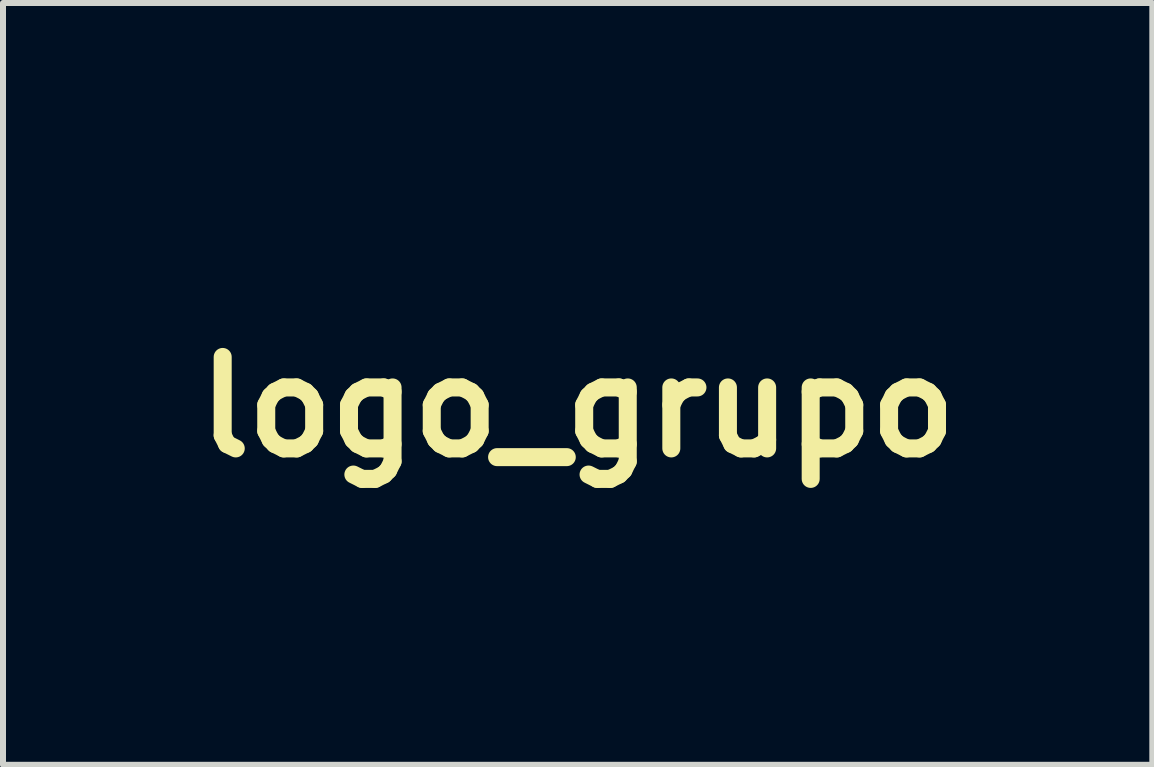
<source format=kicad_pcb>
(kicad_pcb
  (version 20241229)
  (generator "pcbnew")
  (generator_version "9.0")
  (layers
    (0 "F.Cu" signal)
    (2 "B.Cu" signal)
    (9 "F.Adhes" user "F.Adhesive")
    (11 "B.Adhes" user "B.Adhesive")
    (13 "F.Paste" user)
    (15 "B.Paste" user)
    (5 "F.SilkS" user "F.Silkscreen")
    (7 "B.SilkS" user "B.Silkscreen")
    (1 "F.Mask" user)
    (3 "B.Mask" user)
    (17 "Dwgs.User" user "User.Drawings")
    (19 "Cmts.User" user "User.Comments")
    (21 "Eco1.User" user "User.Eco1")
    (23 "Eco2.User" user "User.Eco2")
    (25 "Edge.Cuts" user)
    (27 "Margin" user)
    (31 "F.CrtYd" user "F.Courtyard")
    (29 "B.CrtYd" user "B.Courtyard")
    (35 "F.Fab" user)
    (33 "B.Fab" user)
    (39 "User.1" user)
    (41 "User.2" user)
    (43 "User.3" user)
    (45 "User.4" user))
  (footprint "logo_grupo"
    (layer "F.Cu")
    (at 6.575 3.732)
    (property "Reference" "logo_grupo" (at 0 0 0) (layer "F.SilkS") (effects (font (size 1.524 1.524) (thickness 0.3))))
    (attr through_hole)
    (fp_poly (pts (xy 2.208 -0.257) (xy 2.225 -0.235) (xy 2.23 -0.195) (xy 2.218 -0.142) (xy 2.191 -0.08) (xy 2.151 -0.011) (xy 2.098 0.059) (xy 2.04 0.125) (xy 1.978 0.183) (xy 1.925 0.218) (xy 1.881 0.229) (xy 1.848 0.217) (xy 1.844 0.213) (xy 1.831 0.183) (xy 1.833 0.141) (xy 1.893 0.141) (xy 1.894 0.162) (xy 1.909 0.163) (xy 1.939 0.142) (xy 1.984 0.101) (xy 2 0.085) (xy 2.045 0.033) (xy 2.086 -0.021) (xy 2.121 -0.074) (xy 2.148 -0.122) (xy 2.165 -0.162) (xy 2.17 -0.19) (xy 2.161 -0.203) (xy 2.158 -0.203) (xy 2.138 -0.194) (xy 2.107 -0.168) (xy 2.07 -0.13) (xy 2.03 -0.085) (xy 1.991 -0.037) (xy 1.958 0.009) (xy 1.939 0.04) (xy 1.908 0.1) (xy 1.893 0.141) (xy 1.833 0.141) (xy 1.834 0.138) (xy 1.852 0.082) (xy 1.884 0.018) (xy 1.928 -0.05) (xy 1.982 -0.119) (xy 2.022 -0.162) (xy 2.083 -0.219) (xy 2.135 -0.254) (xy 2.177 -0.267) (xy 2.208 -0.257)) (stroke (width 0.01) (type solid)) (fill no) (layer "Eco2.User"))
    (fp_poly (pts (xy 2.518 -0.996) (xy 2.633 -0.978) (xy 2.705 -0.957) (xy 2.747 -0.937) (xy 2.8 -0.907) (xy 2.857 -0.87) (xy 2.911 -0.833) (xy 2.954 -0.799) (xy 2.969 -0.784) (xy 2.995 -0.756) (xy 2.952 -0.708) (xy 2.926 -0.681) (xy 2.907 -0.664) (xy 2.902 -0.66) (xy 2.889 -0.668) (xy 2.863 -0.687) (xy 2.828 -0.715) (xy 2.825 -0.718) (xy 2.779 -0.752) (xy 2.73 -0.785) (xy 2.695 -0.805) (xy 2.613 -0.835) (xy 2.513 -0.855) (xy 2.401 -0.862) (xy 2.282 -0.858) (xy 2.163 -0.842) (xy 2.149 -0.839) (xy 2.083 -0.823) (xy 2.025 -0.804) (xy 1.969 -0.777) (xy 1.907 -0.741) (xy 1.835 -0.693) (xy 1.789 -0.66) (xy 1.759 -0.64) (xy 1.741 -0.631) (xy 1.73 -0.63) (xy 1.724 -0.636) (xy 1.72 -0.641) (xy 1.705 -0.662) (xy 1.683 -0.692) (xy 1.679 -0.697) (xy 1.65 -0.735) (xy 1.743 -0.801) (xy 1.799 -0.838) (xy 1.861 -0.876) (xy 1.917 -0.907) (xy 1.923 -0.91) (xy 2.022 -0.95) (xy 2.138 -0.979) (xy 2.264 -0.997) (xy 2.393 -1.003) (xy 2.518 -0.996)) (stroke (width 0.01) (type solid)) (fill no) (layer "Eco2.User"))
    (fp_poly (pts (xy 2.543 -1.385) (xy 2.653 -1.372) (xy 2.756 -1.347) (xy 2.856 -1.31) (xy 2.955 -1.258) (xy 3.06 -1.189) (xy 3.174 -1.103) (xy 3.223 -1.062) (xy 3.281 -1.014) (xy 3.321 -0.978) (xy 3.346 -0.953) (xy 3.357 -0.934) (xy 3.356 -0.918) (xy 3.346 -0.902) (xy 3.326 -0.882) (xy 3.324 -0.88) (xy 3.278 -0.834) (xy 3.173 -0.923) (xy 3.056 -1.018) (xy 2.95 -1.095) (xy 2.853 -1.154) (xy 2.761 -1.199) (xy 2.669 -1.23) (xy 2.575 -1.248) (xy 2.474 -1.256) (xy 2.427 -1.257) (xy 2.318 -1.252) (xy 2.203 -1.236) (xy 2.088 -1.211) (xy 1.981 -1.18) (xy 1.888 -1.144) (xy 1.843 -1.121) (xy 1.788 -1.088) (xy 1.72 -1.044) (xy 1.645 -0.993) (xy 1.571 -0.942) (xy 1.505 -0.893) (xy 1.452 -0.853) (xy 1.452 -0.852) (xy 1.373 -0.789) (xy 1.329 -0.843) (xy 1.304 -0.876) (xy 1.295 -0.897) (xy 1.301 -0.909) (xy 1.301 -0.909) (xy 1.317 -0.921) (xy 1.349 -0.945) (xy 1.392 -0.978) (xy 1.442 -1.016) (xy 1.448 -1.021) (xy 1.593 -1.126) (xy 1.728 -1.212) (xy 1.859 -1.278) (xy 1.988 -1.328) (xy 2.119 -1.362) (xy 2.258 -1.382) (xy 2.406 -1.389) (xy 2.419 -1.389) (xy 2.543 -1.385)) (stroke (width 0.01) (type solid)) (fill no) (layer "Eco2.User"))
    (fp_poly (pts (xy -0.385 -1.302) (xy -0.349 -1.277) (xy -0.318 -1.246) (xy -0.318 0.321) (xy 0.029 0.313) (xy 0.163 0.31) (xy 0.301 0.308) (xy 0.44 0.306) (xy 0.578 0.305) (xy 0.711 0.304) (xy 0.838 0.304) (xy 0.956 0.304) (xy 1.064 0.305) (xy 1.157 0.306) (xy 1.234 0.308) (xy 1.293 0.311) (xy 1.33 0.313) (xy 1.344 0.316) (xy 1.369 0.343) (xy 1.379 0.382) (xy 1.374 0.426) (xy 1.371 0.434) (xy 1.348 0.464) (xy 1.31 0.481) (xy 1.289 0.483) (xy 1.246 0.486) (xy 1.181 0.488) (xy 1.098 0.49) (xy 0.998 0.492) (xy 0.884 0.495) (xy 0.758 0.497) (xy 0.623 0.498) (xy 0.479 0.5) (xy 0.409 0.501) (xy -0.445 0.509) (xy -0.476 0.477) (xy -0.508 0.446) (xy -0.508 -0.445) (xy -1.051 -0.441) (xy -1.594 -0.438) (xy -1.6 -0.027) (xy -1.607 0.383) (xy -1.637 0.408) (xy -1.68 0.429) (xy -1.725 0.427) (xy -1.763 0.406) (xy -1.77 0.399) (xy -1.776 0.39) (xy -1.781 0.378) (xy -1.784 0.359) (xy -1.787 0.331) (xy -1.789 0.291) (xy -1.79 0.238) (xy -1.79 0.167) (xy -1.791 0.078) (xy -1.791 -0.034) (xy -1.791 -0.082) (xy -1.79 -0.226) (xy -1.789 -0.345) (xy -1.787 -0.439) (xy -1.784 -0.509) (xy -1.781 -0.554) (xy -1.777 -0.576) (xy -1.754 -0.605) (xy -1.732 -0.621) (xy -1.712 -0.625) (xy -1.671 -0.628) (xy -1.608 -0.63) (xy -1.523 -0.632) (xy -1.414 -0.634) (xy -1.281 -0.635) (xy -1.123 -0.635) (xy -1.105 -0.635) (xy -0.509 -0.635) (xy -0.505 -0.947) (xy -0.504 -1.044) (xy -0.503 -1.119) (xy -0.501 -1.175) (xy -0.499 -1.215) (xy -0.496 -1.242) (xy -0.491 -1.259) (xy -0.485 -1.271) (xy -0.477 -1.279) (xy -0.472 -1.284) (xy -0.429 -1.305) (xy -0.385 -1.302)) (stroke (width 0.01) (type solid)) (fill no) (layer "Eco2.User"))
    (fp_poly (pts (xy 2.546 -0.482) (xy 2.67 -0.439) (xy 2.775 -0.381) (xy 2.881 -0.298) (xy 2.969 -0.198) (xy 3.038 -0.087) (xy 3.089 0.035) (xy 3.12 0.163) (xy 3.132 0.295) (xy 3.122 0.428) (xy 3.091 0.558) (xy 3.039 0.683) (xy 2.996 0.755) (xy 2.907 0.867) (xy 2.805 0.96) (xy 2.691 1.031) (xy 2.568 1.08) (xy 2.547 1.086) (xy 2.479 1.097) (xy 2.398 1.103) (xy 2.313 1.102) (xy 2.233 1.096) (xy 2.174 1.085) (xy 2.043 1.037) (xy 1.926 0.968) (xy 1.823 0.88) (xy 1.737 0.772) (xy 1.667 0.647) (xy 1.63 0.552) (xy 1.615 0.503) (xy 1.605 0.459) (xy 1.599 0.412) (xy 1.597 0.354) (xy 1.596 0.298) (xy 1.597 0.257) (xy 1.73 0.257) (xy 1.733 0.388) (xy 1.76 0.513) (xy 1.81 0.629) (xy 1.882 0.735) (xy 1.922 0.779) (xy 2.021 0.863) (xy 2.128 0.923) (xy 2.241 0.959) (xy 2.361 0.97) (xy 2.485 0.956) (xy 2.554 0.938) (xy 2.653 0.895) (xy 2.745 0.831) (xy 2.828 0.749) (xy 2.897 0.654) (xy 2.949 0.548) (xy 2.961 0.514) (xy 2.979 0.437) (xy 2.989 0.348) (xy 2.991 0.256) (xy 2.983 0.171) (xy 2.973 0.121) (xy 2.927 -0.001) (xy 2.863 -0.108) (xy 2.782 -0.199) (xy 2.688 -0.273) (xy 2.582 -0.326) (xy 2.466 -0.358) (xy 2.4 -0.365) (xy 2.276 -0.36) (xy 2.159 -0.332) (xy 2.052 -0.284) (xy 1.957 -0.216) (xy 1.876 -0.131) (xy 1.81 -0.03) (xy 1.763 0.084) (xy 1.735 0.21) (xy 1.73 0.257) (xy 1.597 0.257) (xy 1.597 0.227) (xy 1.6 0.172) (xy 1.607 0.126) (xy 1.618 0.081) (xy 1.63 0.043) (xy 1.684 -0.086) (xy 1.756 -0.2) (xy 1.843 -0.297) (xy 1.943 -0.377) (xy 2.053 -0.438) (xy 2.171 -0.48) (xy 2.293 -0.502) (xy 2.419 -0.503) (xy 2.546 -0.482)) (stroke (width 0.01) (type solid)) (fill no) (layer "Eco2.User"))
    (fp_poly (pts (xy 0.156 1.44) (xy 0.277 1.442) (xy 0.391 1.445) (xy 0.494 1.447) (xy 0.585 1.449) (xy 0.661 1.451) (xy 0.719 1.453) (xy 0.756 1.455) (xy 0.77 1.457) (xy 0.778 1.461) (xy 0.787 1.47) (xy 0.8 1.486) (xy 0.817 1.51) (xy 0.841 1.546) (xy 0.872 1.596) (xy 0.913 1.66) (xy 0.964 1.743) (xy 1.019 1.832) (xy 1.158 2.058) (xy 1.662 2.057) (xy 1.774 2.057) (xy 1.879 2.056) (xy 1.973 2.055) (xy 2.055 2.054) (xy 2.12 2.053) (xy 2.167 2.051) (xy 2.192 2.049) (xy 2.195 2.049) (xy 2.204 2.046) (xy 2.211 2.04) (xy 2.216 2.027) (xy 2.219 2.005) (xy 2.221 1.97) (xy 2.222 1.919) (xy 2.222 1.848) (xy 2.223 1.785) (xy 2.223 1.697) (xy 2.223 1.631) (xy 2.225 1.583) (xy 2.228 1.55) (xy 2.232 1.526) (xy 2.238 1.51) (xy 2.246 1.497) (xy 2.249 1.494) (xy 2.284 1.467) (xy 2.328 1.46) (xy 2.37 1.473) (xy 2.388 1.487) (xy 2.396 1.495) (xy 2.402 1.506) (xy 2.407 1.522) (xy 2.41 1.546) (xy 2.412 1.581) (xy 2.412 1.631) (xy 2.412 1.698) (xy 2.411 1.785) (xy 2.411 1.848) (xy 2.409 1.949) (xy 2.408 2.028) (xy 2.407 2.087) (xy 2.404 2.131) (xy 2.401 2.161) (xy 2.397 2.182) (xy 2.392 2.196) (xy 2.384 2.206) (xy 2.378 2.213) (xy 2.349 2.242) (xy 1.717 2.244) (xy 1.561 2.245) (xy 1.425 2.244) (xy 1.308 2.244) (xy 1.213 2.242) (xy 1.139 2.24) (xy 1.089 2.238) (xy 1.063 2.235) (xy 1.06 2.234) (xy 1.047 2.22) (xy 1.023 2.188) (xy 0.989 2.139) (xy 0.949 2.078) (xy 0.903 2.007) (xy 0.858 1.936) (xy 0.811 1.859) (xy 0.767 1.79) (xy 0.73 1.731) (xy 0.7 1.685) (xy 0.681 1.655) (xy 0.672 1.644) (xy 0.658 1.643) (xy 0.621 1.641) (xy 0.564 1.64) (xy 0.49 1.638) (xy 0.401 1.636) (xy 0.299 1.633) (xy 0.188 1.631) (xy 0.113 1.63) (xy -0.437 1.621) (xy -0.466 1.592) (xy -0.491 1.552) (xy -0.492 1.507) (xy -0.471 1.465) (xy -0.468 1.461) (xy -0.44 1.431) (xy 0.156 1.44)) (stroke (width 0.01) (type solid)) (fill no) (layer "Eco2.User"))
    (fp_poly (pts (xy -0.045 -3.416) (xy 0.02 -3.339) (xy 0.082 -3.267) (xy 0.136 -3.202) (xy 0.183 -3.148) (xy 0.218 -3.106) (xy 0.24 -3.08) (xy 0.246 -3.073) (xy 0.265 -3.051) (xy 0.296 -3.014) (xy 0.334 -2.969) (xy 0.364 -2.934) (xy 0.472 -2.805) (xy 0.564 -2.695) (xy 0.641 -2.604) (xy 0.703 -2.532) (xy 0.75 -2.477) (xy 0.782 -2.439) (xy 0.792 -2.428) (xy 0.81 -2.393) (xy 0.815 -2.349) (xy 0.807 -2.307) (xy 0.797 -2.289) (xy 0.782 -2.278) (xy 0.749 -2.255) (xy 0.699 -2.224) (xy 0.635 -2.185) (xy 0.561 -2.14) (xy 0.48 -2.091) (xy 0.393 -2.04) (xy 0.305 -1.987) (xy 0.218 -1.937) (xy 0.134 -1.888) (xy 0.114 -1.877) (xy -0.007 -1.808) (xy -0.107 -1.751) (xy -0.189 -1.705) (xy -0.254 -1.668) (xy -0.304 -1.641) (xy -0.341 -1.621) (xy -0.366 -1.608) (xy -0.381 -1.602) (xy -0.387 -1.6) (xy -0.404 -1.607) (xy -0.436 -1.622) (xy -0.47 -1.64) (xy -0.519 -1.668) (xy -0.576 -1.701) (xy -0.622 -1.728) (xy -0.66 -1.749) (xy -0.716 -1.781) (xy -0.786 -1.821) (xy -0.868 -1.867) (xy -0.956 -1.917) (xy -1.047 -1.969) (xy -1.138 -2.02) (xy -1.224 -2.069) (xy -1.301 -2.113) (xy -1.367 -2.15) (xy -1.417 -2.178) (xy -1.437 -2.189) (xy -1.487 -2.22) (xy -1.517 -2.249) (xy -1.532 -2.283) (xy -1.536 -2.322) (xy -1.372 -2.322) (xy -1.367 -2.317) (xy -1.353 -2.306) (xy -1.327 -2.29) (xy -1.288 -2.266) (xy -1.236 -2.235) (xy -1.167 -2.196) (xy -1.082 -2.146) (xy -0.978 -2.087) (xy -0.853 -2.017) (xy -0.782 -1.976) (xy -0.702 -1.931) (xy -0.629 -1.89) (xy -0.566 -1.855) (xy -0.516 -1.828) (xy -0.482 -1.81) (xy -0.468 -1.803) (xy -0.467 -1.803) (xy -0.466 -1.816) (xy -0.464 -1.851) (xy -0.462 -1.908) (xy -0.461 -1.984) (xy -0.46 -2.077) (xy -0.459 -2.185) (xy -0.458 -2.306) (xy -0.457 -2.437) (xy -0.457 -2.577) (xy -0.457 -2.636) (xy -0.457 -2.656) (xy -0.318 -2.656) (xy -0.318 -1.79) (xy -0.264 -1.821) (xy -0.238 -1.835) (xy -0.194 -1.861) (xy -0.135 -1.895) (xy -0.065 -1.935) (xy 0.012 -1.979) (xy 0.076 -2.016) (xy 0.219 -2.098) (xy 0.34 -2.169) (xy 0.441 -2.227) (xy 0.522 -2.275) (xy 0.583 -2.312) (xy 0.626 -2.338) (xy 0.651 -2.355) (xy 0.66 -2.362) (xy 0.652 -2.374) (xy 0.631 -2.401) (xy 0.6 -2.439) (xy 0.562 -2.484) (xy 0.562 -2.484) (xy 0.52 -2.534) (xy 0.466 -2.597) (xy 0.407 -2.667) (xy 0.347 -2.738) (xy 0.309 -2.783) (xy 0.259 -2.843) (xy 0.201 -2.912) (xy 0.138 -2.986) (xy 0.072 -3.064) (xy 0.005 -3.142) (xy -0.06 -3.22) (xy -0.122 -3.293) (xy -0.179 -3.36) (xy -0.228 -3.418) (xy -0.268 -3.465) (xy -0.296 -3.498) (xy -0.311 -3.515) (xy -0.312 -3.517) (xy -0.313 -3.505) (xy -0.314 -3.471) (xy -0.315 -3.414) (xy -0.316 -3.339) (xy -0.316 -3.246) (xy -0.317 -3.139) (xy -0.317 -3.018) (xy -0.317 -2.886) (xy -0.317 -2.744) (xy -0.318 -2.656) (xy -0.457 -2.656) (xy -0.457 -3.468) (xy -0.518 -3.395) (xy -0.542 -3.366) (xy -0.58 -3.319) (xy -0.63 -3.257) (xy -0.69 -3.182) (xy -0.759 -3.096) (xy -0.835 -3.001) (xy -0.916 -2.9) (xy -1.001 -2.795) (xy -1.086 -2.687) (xy -1.172 -2.581) (xy -1.235 -2.502) (xy -1.279 -2.445) (xy -1.318 -2.396) (xy -1.348 -2.356) (xy -1.367 -2.331) (xy -1.372 -2.322) (xy -1.536 -2.322) (xy -1.537 -2.327) (xy -1.537 -2.33) (xy -1.529 -2.342) (xy -1.507 -2.373) (xy -1.471 -2.42) (xy -1.423 -2.482) (xy -1.364 -2.557) (xy -1.296 -2.643) (xy -1.22 -2.74) (xy -1.136 -2.845) (xy -1.047 -2.957) (xy -0.983 -3.037) (xy -0.43 -3.727) (xy -0.309 -3.727) (xy -0.045 -3.416)) (stroke (width 0.01) (type solid)) (fill no) (layer "Eco2.User"))
    (fp_poly (pts (xy -1.634 0.61) (xy -1.606 0.623) (xy -1.558 0.644) (xy -1.494 0.673) (xy -1.418 0.708) (xy -1.334 0.747) (xy -1.244 0.788) (xy -1.226 0.797) (xy -1.133 0.839) (xy -1.043 0.881) (xy -0.96 0.919) (xy -0.887 0.953) (xy -0.828 0.98) (xy -0.788 0.998) (xy -0.784 1) (xy -0.686 1.045) (xy -0.686 1.657) (xy -0.686 1.798) (xy -0.686 1.916) (xy -0.687 2.013) (xy -0.687 2.091) (xy -0.688 2.152) (xy -0.69 2.198) (xy -0.692 2.233) (xy -0.695 2.256) (xy -0.698 2.272) (xy -0.702 2.282) (xy -0.708 2.288) (xy -0.708 2.289) (xy -0.722 2.299) (xy -0.754 2.321) (xy -0.802 2.354) (xy -0.863 2.395) (xy -0.935 2.443) (xy -1.015 2.497) (xy -1.1 2.555) (xy -1.189 2.614) (xy -1.278 2.674) (xy -1.365 2.732) (xy -1.447 2.787) (xy -1.522 2.837) (xy -1.587 2.88) (xy -1.64 2.915) (xy -1.678 2.94) (xy -1.699 2.954) (xy -1.702 2.955) (xy -1.715 2.951) (xy -1.745 2.937) (xy -1.784 2.917) (xy -1.784 2.917) (xy -1.823 2.896) (xy -1.878 2.867) (xy -1.943 2.832) (xy -2.012 2.796) (xy -2.038 2.782) (xy -2.11 2.744) (xy -2.185 2.704) (xy -2.254 2.667) (xy -2.311 2.637) (xy -2.324 2.629) (xy -2.389 2.595) (xy -2.462 2.556) (xy -2.531 2.521) (xy -2.544 2.514) (xy -2.656 2.457) (xy -2.654 2.371) (xy -2.518 2.371) (xy -2.157 2.563) (xy -2.07 2.61) (xy -1.989 2.652) (xy -1.919 2.689) (xy -1.861 2.72) (xy -1.818 2.741) (xy -1.794 2.754) (xy -1.789 2.756) (xy -1.787 2.748) (xy -1.64 2.748) (xy -1.604 2.724) (xy -1.586 2.712) (xy -1.548 2.687) (xy -1.495 2.652) (xy -1.429 2.608) (xy -1.353 2.557) (xy -1.269 2.501) (xy -1.197 2.453) (xy -0.826 2.205) (xy -0.826 1.712) (xy -0.826 1.603) (xy -0.826 1.502) (xy -0.827 1.413) (xy -0.828 1.337) (xy -0.829 1.278) (xy -0.83 1.238) (xy -0.831 1.22) (xy -0.832 1.219) (xy -0.844 1.226) (xy -0.875 1.243) (xy -0.921 1.271) (xy -0.979 1.306) (xy -1.046 1.348) (xy -1.089 1.374) (xy -1.171 1.424) (xy -1.254 1.476) (xy -1.334 1.525) (xy -1.405 1.568) (xy -1.462 1.603) (xy -1.473 1.61) (xy -1.525 1.642) (xy -1.569 1.669) (xy -1.6 1.689) (xy -1.614 1.699) (xy -1.615 1.699) (xy -1.617 1.714) (xy -1.619 1.75) (xy -1.621 1.807) (xy -1.624 1.881) (xy -1.626 1.97) (xy -1.628 2.07) (xy -1.631 2.18) (xy -1.632 2.228) (xy -1.64 2.748) (xy -1.787 2.748) (xy -1.786 2.743) (xy -1.784 2.709) (xy -1.78 2.657) (xy -1.777 2.589) (xy -1.774 2.509) (xy -1.772 2.435) (xy -1.77 2.332) (xy -1.768 2.223) (xy -1.767 2.116) (xy -1.767 2.017) (xy -1.767 1.934) (xy -1.768 1.907) (xy -1.772 1.699) (xy -1.841 1.661) (xy -1.921 1.618) (xy -2.005 1.574) (xy -2.091 1.528) (xy -2.176 1.484) (xy -2.256 1.442) (xy -2.33 1.404) (xy -2.394 1.371) (xy -2.444 1.346) (xy -2.479 1.329) (xy -2.494 1.323) (xy -2.495 1.323) (xy -2.496 1.336) (xy -2.498 1.372) (xy -2.499 1.428) (xy -2.501 1.501) (xy -2.503 1.589) (xy -2.506 1.689) (xy -2.508 1.799) (xy -2.509 1.849) (xy -2.518 2.371) (xy -2.654 2.371) (xy -2.647 1.816) (xy -2.646 1.672) (xy -2.644 1.551) (xy -2.642 1.452) (xy -2.641 1.371) (xy -2.639 1.307) (xy -2.637 1.258) (xy -2.635 1.222) (xy -2.632 1.196) (xy -2.632 1.195) (xy -2.41 1.195) (xy -2.41 1.196) (xy -2.398 1.205) (xy -2.367 1.224) (xy -2.32 1.251) (xy -2.26 1.284) (xy -2.191 1.321) (xy -2.116 1.362) (xy -2.038 1.403) (xy -1.962 1.443) (xy -1.889 1.481) (xy -1.823 1.515) (xy -1.768 1.542) (xy -1.727 1.562) (xy -1.703 1.572) (xy -1.7 1.573) (xy -1.684 1.567) (xy -1.65 1.549) (xy -1.599 1.521) (xy -1.535 1.483) (xy -1.46 1.438) (xy -1.376 1.387) (xy -1.3 1.341) (xy -1.212 1.286) (xy -1.131 1.235) (xy -1.06 1.19) (xy -1.001 1.152) (xy -0.957 1.123) (xy -0.93 1.104) (xy -0.923 1.097) (xy -0.934 1.089) (xy -0.966 1.072) (xy -1.014 1.048) (xy -1.077 1.017) (xy -1.15 0.983) (xy -1.221 0.949) (xy -1.307 0.91) (xy -1.39 0.871) (xy -1.466 0.836) (xy -1.53 0.806) (xy -1.579 0.784) (xy -1.602 0.773) (xy -1.686 0.734) (xy -1.97 0.911) (xy -2.051 0.961) (xy -2.13 1.01) (xy -2.202 1.055) (xy -2.263 1.093) (xy -2.31 1.122) (xy -2.334 1.136) (xy -2.372 1.161) (xy -2.399 1.182) (xy -2.41 1.195) (xy -2.632 1.195) (xy -2.628 1.178) (xy -2.624 1.166) (xy -2.619 1.158) (xy -2.613 1.153) (xy -2.612 1.151) (xy -2.592 1.137) (xy -2.555 1.112) (xy -2.505 1.08) (xy -2.445 1.042) (xy -2.394 1.011) (xy -2.323 0.967) (xy -2.237 0.915) (xy -2.144 0.857) (xy -2.05 0.799) (xy -1.961 0.744) (xy -1.951 0.738) (xy -1.699 0.582) (xy -1.634 0.61)) (stroke (width 0.01) (type solid)) (fill no) (layer "Eco2.User")))
  (gr_rect
    (start -3 -3)
    (end 16.15 9.693)
    (stroke (width 0.1) (type default))
    (fill no)
    (layer "Edge.Cuts")))
</source>
